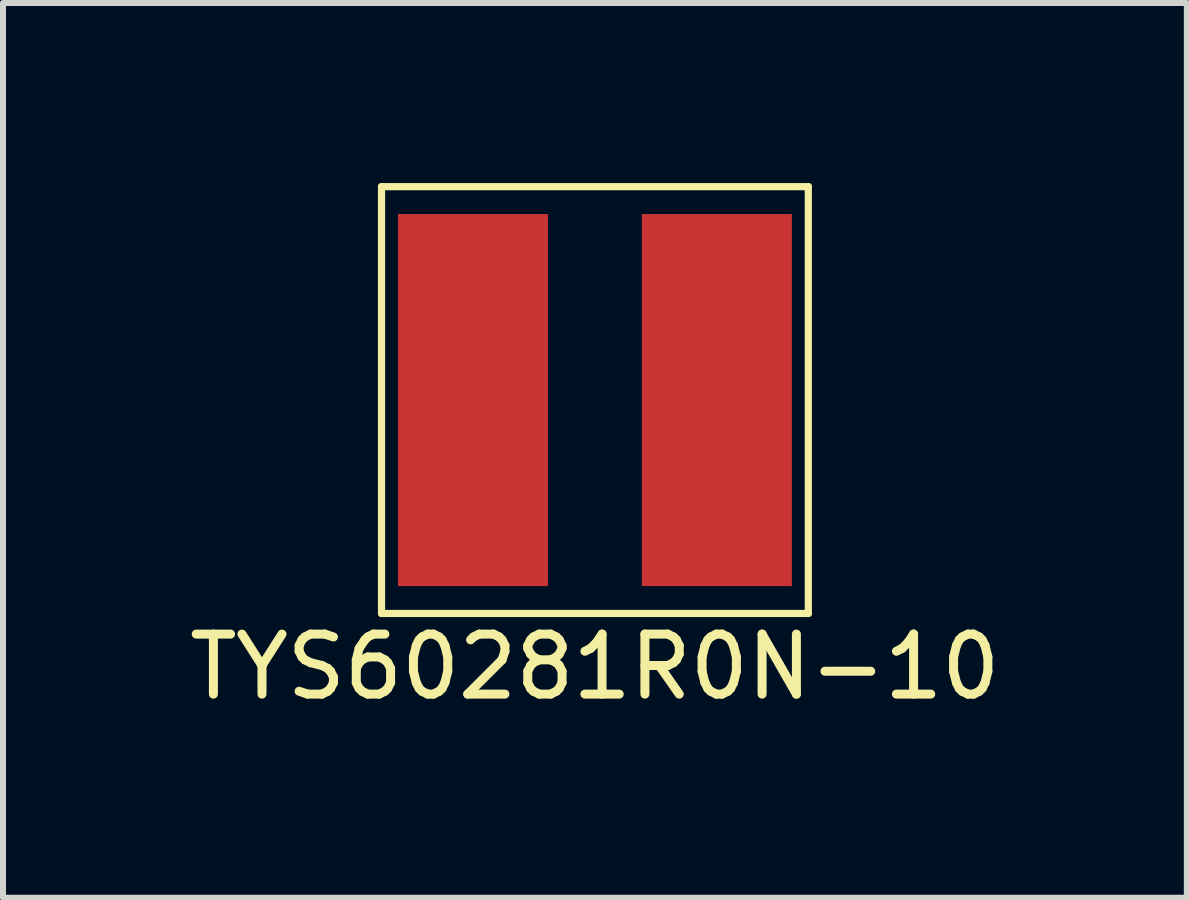
<source format=kicad_pcb>
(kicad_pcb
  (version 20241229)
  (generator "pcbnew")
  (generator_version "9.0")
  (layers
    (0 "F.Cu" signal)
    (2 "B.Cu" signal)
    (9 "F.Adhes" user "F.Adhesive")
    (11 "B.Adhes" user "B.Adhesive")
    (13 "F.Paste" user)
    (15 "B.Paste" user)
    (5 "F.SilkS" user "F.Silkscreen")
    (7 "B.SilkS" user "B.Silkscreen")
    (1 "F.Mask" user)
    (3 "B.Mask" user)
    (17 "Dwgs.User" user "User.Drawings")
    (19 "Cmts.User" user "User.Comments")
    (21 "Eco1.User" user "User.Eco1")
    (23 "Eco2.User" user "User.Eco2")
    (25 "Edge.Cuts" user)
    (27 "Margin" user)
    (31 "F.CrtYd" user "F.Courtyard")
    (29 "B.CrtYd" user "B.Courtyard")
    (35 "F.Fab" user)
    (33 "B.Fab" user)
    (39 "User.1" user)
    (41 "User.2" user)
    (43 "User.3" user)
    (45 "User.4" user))
  (footprint "TYS60281R0N-10"
    (layer "F.Cu")
    (at 6.863 3.616)
    (property "Reference" "TYS60281R0N-10" (at 0 4.445 0) (layer "F.SilkS") (effects (font (size 1 1) (thickness 0.15))))
    (attr through_hole)
    (fp_line (start -3.556 -3.556) (end 3.556 -3.556) (stroke (width 0.12) (type solid)) (layer "F.SilkS"))
    (fp_line (start -3.556 3.556) (end -3.556 -3.556) (stroke (width 0.12) (type solid)) (layer "F.SilkS"))
    (fp_line (start 3.556 -3.556) (end 3.556 3.556) (stroke (width 0.12) (type solid)) (layer "F.SilkS"))
    (fp_line (start 3.556 3.556) (end -3.556 3.556) (stroke (width 0.12) (type solid)) (layer "F.SilkS"))
    (pad "1" smd rect (at 2.032 0) (size 2.5 6.2) (layers "F.Cu" "F.Mask" "F.Paste"))
    (pad "2" smd rect (at -2.032 0) (size 2.5 6.2) (layers "F.Cu" "F.Mask" "F.Paste")))
  (gr_rect
    (start -3 -3)
    (end 16.726 11.909)
    (stroke (width 0.1) (type default))
    (fill no)
    (layer "Edge.Cuts")))
</source>
